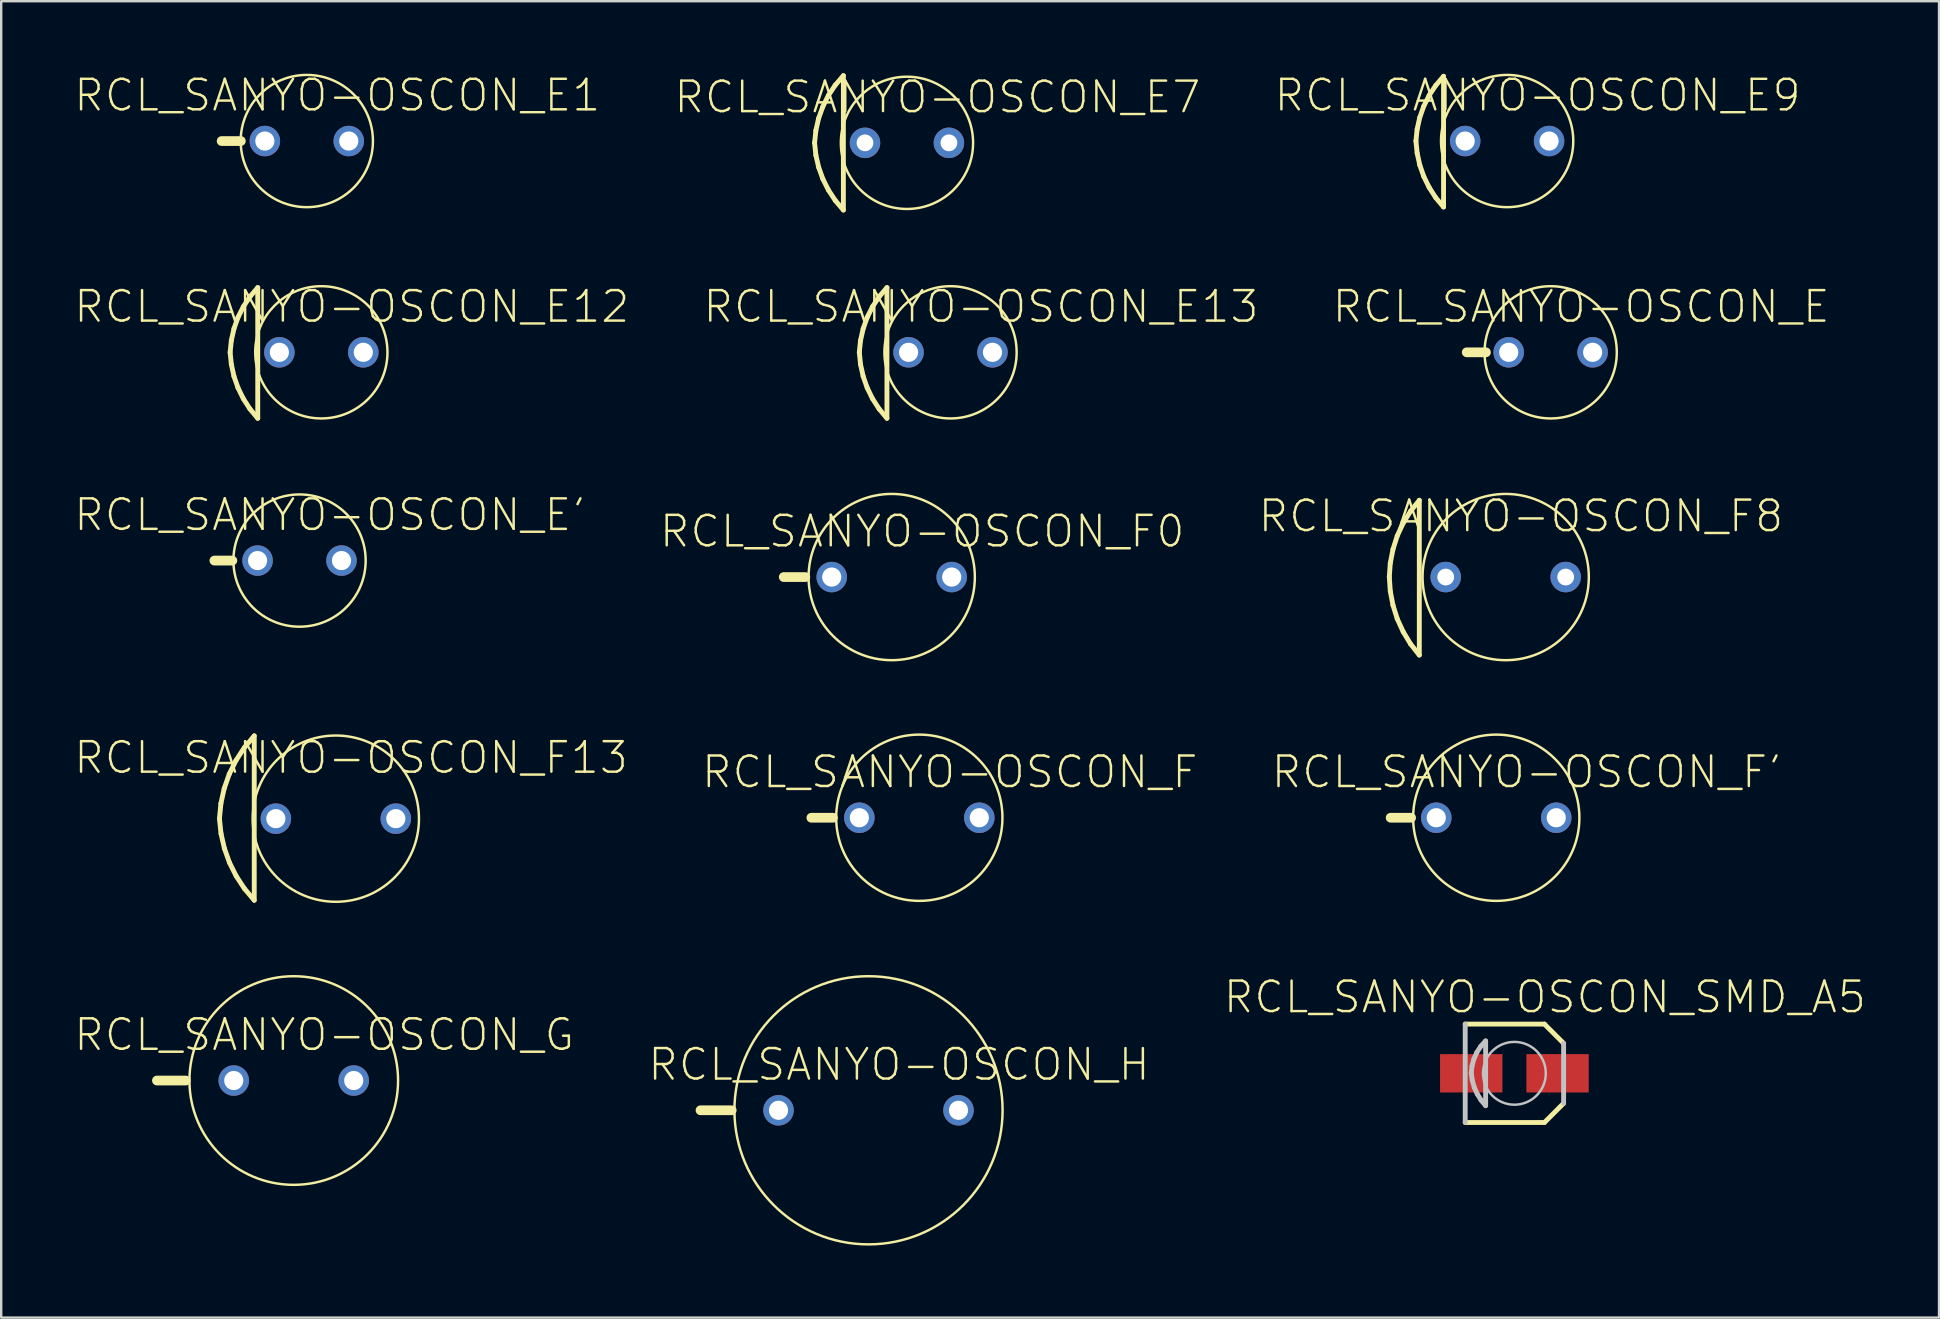
<source format=kicad_pcb>
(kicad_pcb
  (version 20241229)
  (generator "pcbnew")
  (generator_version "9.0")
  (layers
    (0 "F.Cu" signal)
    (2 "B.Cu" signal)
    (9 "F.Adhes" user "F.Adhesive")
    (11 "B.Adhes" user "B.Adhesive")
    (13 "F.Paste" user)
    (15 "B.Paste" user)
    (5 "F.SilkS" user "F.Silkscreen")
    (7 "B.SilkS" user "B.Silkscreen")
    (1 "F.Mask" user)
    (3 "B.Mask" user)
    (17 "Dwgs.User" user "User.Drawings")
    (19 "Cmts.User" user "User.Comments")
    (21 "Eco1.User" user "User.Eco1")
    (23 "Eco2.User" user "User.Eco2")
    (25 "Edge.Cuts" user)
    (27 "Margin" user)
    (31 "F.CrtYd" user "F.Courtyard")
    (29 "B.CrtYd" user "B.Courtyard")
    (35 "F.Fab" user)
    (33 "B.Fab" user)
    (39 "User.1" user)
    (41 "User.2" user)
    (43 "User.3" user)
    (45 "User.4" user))
  (footprint "RCL_SANYO-OSCON_E'"
    (layer "F.Cu")
    (at 9.429 20.304)
    (property "Reference" "RCL_SANYO-OSCON_E'" (at 1.27 -1.905 0) (layer "F.SilkS") (effects (font (size 1.27 1.27) (thickness 0.102))))
    (attr exclude_from_pos_files exclude_from_bom)
    (fp_line (start -3.548 0) (end -2.799 0) (stroke (width 0.406) (type solid)) (layer "F.SilkS"))
    (fp_circle (center 0 0) (end -1.948 1.948) (stroke (width 0.102) (type solid)) (fill no) (layer "F.SilkS"))
    (pad "+" thru_hole circle (at 1.748 0) (size 1.27 1.27) (drill 0.798) (layers "*.Cu" "*.Paste" "*.Mask"))
    (pad "-" thru_hole circle (at -1.748 0) (size 1.27 1.27) (drill 0.798) (layers "*.Cu" "*.Paste" "*.Mask")))
  (footprint "RCL_SANYO-OSCON_E12"
    (layer "F.Cu")
    (at 10.337 11.628)
    (property "Reference" "RCL_SANYO-OSCON_E12" (at 1.27 -1.905 0) (layer "F.SilkS") (effects (font (size 1.27 1.27) (thickness 0.102))))
    (attr exclude_from_pos_files exclude_from_bom)
    (fp_line (start -3.8 0) (end -3.749 -0.495) (stroke (width 0.203) (type solid)) (layer "F.SilkS"))
    (fp_line (start -3.749 -0.495) (end -3.64 -0.983) (stroke (width 0.203) (type solid)) (layer "F.SilkS"))
    (fp_line (start -3.749 0.503) (end -3.8 0) (stroke (width 0.203) (type solid)) (layer "F.SilkS"))
    (fp_line (start -3.64 -0.983) (end -3.472 -1.455) (stroke (width 0.203) (type solid)) (layer "F.SilkS"))
    (fp_line (start -3.64 0.998) (end -3.749 0.503) (stroke (width 0.203) (type solid)) (layer "F.SilkS"))
    (fp_line (start -3.472 -1.455) (end -3.249 -1.902) (stroke (width 0.203) (type solid)) (layer "F.SilkS"))
    (fp_line (start -3.472 1.478) (end -3.64 0.998) (stroke (width 0.203) (type solid)) (layer "F.SilkS"))
    (fp_line (start -3.249 -1.902) (end -2.972 -2.319) (stroke (width 0.203) (type solid)) (layer "F.SilkS"))
    (fp_line (start -3.249 1.933) (end -3.472 1.478) (stroke (width 0.203) (type solid)) (layer "F.SilkS"))
    (fp_line (start -2.974 2.36) (end -3.249 1.933) (stroke (width 0.203) (type solid)) (layer "F.SilkS"))
    (fp_line (start -2.972 -2.319) (end -2.649 -2.697) (stroke (width 0.203) (type solid)) (layer "F.SilkS"))
    (fp_line (start -2.649 -2.697) (end -2.649 2.748) (stroke (width 0.203) (type solid)) (layer "F.SilkS"))
    (fp_line (start -2.649 2.748) (end -2.974 2.36) (stroke (width 0.203) (type solid)) (layer "F.SilkS"))
    (fp_circle (center 0 0) (end -1.948 1.948) (stroke (width 0.102) (type solid)) (fill no) (layer "F.SilkS"))
    (pad "+" thru_hole circle (at 1.748 0) (size 1.27 1.27) (drill 0.798) (layers "*.Cu" "*.Paste" "*.Mask"))
    (pad "-" thru_hole circle (at -1.748 0) (size 1.27 1.27) (drill 0.798) (layers "*.Cu" "*.Paste" "*.Mask")))
  (footprint "RCL_SANYO-OSCON_E"
    (layer "F.Cu")
    (at 61.553 11.628)
    (property "Reference" "RCL_SANYO-OSCON_E" (at 1.27 -1.905 0) (layer "F.SilkS") (effects (font (size 1.27 1.27) (thickness 0.102))))
    (attr exclude_from_pos_files exclude_from_bom)
    (fp_line (start -3.498 0) (end -2.697 0) (stroke (width 0.406) (type solid)) (layer "F.SilkS"))
    (fp_circle (center 0 0) (end -1.948 1.948) (stroke (width 0.102) (type solid)) (fill no) (layer "F.SilkS"))
    (pad "+" thru_hole circle (at 1.748 0) (size 1.27 1.27) (drill 0.798) (layers "*.Cu" "*.Paste" "*.Mask"))
    (pad "-" thru_hole circle (at -1.748 0) (size 1.27 1.27) (drill 0.798) (layers "*.Cu" "*.Paste" "*.Mask")))
  (footprint "RCL_SANYO-OSCON_F"
    (layer "F.Cu")
    (at 35.25 31.018)
    (property "Reference" "RCL_SANYO-OSCON_F" (at 1.27 -1.905 0) (layer "F.SilkS") (effects (font (size 1.27 1.27) (thickness 0.102))))
    (attr exclude_from_pos_files exclude_from_bom)
    (fp_line (start -4.498 0) (end -3.599 0) (stroke (width 0.406) (type solid)) (layer "F.SilkS"))
    (fp_circle (center 0 0) (end -2.449 2.449) (stroke (width 0.102) (type solid)) (fill no) (layer "F.SilkS"))
    (pad "+" thru_hole circle (at 2.499 0) (size 1.27 1.27) (drill 0.798) (layers "*.Cu" "*.Paste" "*.Mask"))
    (pad "-" thru_hole circle (at -2.499 0) (size 1.27 1.27) (drill 0.798) (layers "*.Cu" "*.Paste" "*.Mask")))
  (footprint "RCL_SANYO-OSCON_E1"
    (layer "F.Cu")
    (at 9.732 2.826)
    (property "Reference" "RCL_SANYO-OSCON_E1" (at 1.27 -1.905 0) (layer "F.SilkS") (effects (font (size 1.27 1.27) (thickness 0.102))))
    (attr exclude_from_pos_files exclude_from_bom)
    (fp_line (start -3.548 0) (end -2.748 0) (stroke (width 0.406) (type solid)) (layer "F.SilkS"))
    (fp_circle (center 0 0) (end -1.948 1.948) (stroke (width 0.102) (type solid)) (fill no) (layer "F.SilkS"))
    (pad "+" thru_hole circle (at 1.748 0) (size 1.27 1.27) (drill 0.798) (layers "*.Cu" "*.Paste" "*.Mask"))
    (pad "-" thru_hole circle (at -1.748 0) (size 1.27 1.27) (drill 0.798) (layers "*.Cu" "*.Paste" "*.Mask")))
  (footprint "RCL_SANYO-OSCON_E9"
    (layer "F.Cu")
    (at 59.739 2.826)
    (property "Reference" "RCL_SANYO-OSCON_E9" (at 1.27 -1.905 0) (layer "F.SilkS") (effects (font (size 1.27 1.27) (thickness 0.102))))
    (attr exclude_from_pos_files exclude_from_bom)
    (fp_line (start -3.8 0) (end -3.749 -0.495) (stroke (width 0.203) (type solid)) (layer "F.SilkS"))
    (fp_line (start -3.749 -0.495) (end -3.64 -0.983) (stroke (width 0.203) (type solid)) (layer "F.SilkS"))
    (fp_line (start -3.749 0.503) (end -3.8 0) (stroke (width 0.203) (type solid)) (layer "F.SilkS"))
    (fp_line (start -3.64 -0.983) (end -3.472 -1.455) (stroke (width 0.203) (type solid)) (layer "F.SilkS"))
    (fp_line (start -3.64 0.998) (end -3.749 0.503) (stroke (width 0.203) (type solid)) (layer "F.SilkS"))
    (fp_line (start -3.472 -1.455) (end -3.249 -1.902) (stroke (width 0.203) (type solid)) (layer "F.SilkS"))
    (fp_line (start -3.472 1.478) (end -3.64 0.998) (stroke (width 0.203) (type solid)) (layer "F.SilkS"))
    (fp_line (start -3.249 -1.902) (end -2.972 -2.319) (stroke (width 0.203) (type solid)) (layer "F.SilkS"))
    (fp_line (start -3.249 1.933) (end -3.472 1.478) (stroke (width 0.203) (type solid)) (layer "F.SilkS"))
    (fp_line (start -2.974 2.36) (end -3.249 1.933) (stroke (width 0.203) (type solid)) (layer "F.SilkS"))
    (fp_line (start -2.972 -2.319) (end -2.649 -2.697) (stroke (width 0.203) (type solid)) (layer "F.SilkS"))
    (fp_line (start -2.649 -2.697) (end -2.649 2.748) (stroke (width 0.203) (type solid)) (layer "F.SilkS"))
    (fp_line (start -2.649 2.748) (end -2.974 2.36) (stroke (width 0.203) (type solid)) (layer "F.SilkS"))
    (fp_circle (center 0 0) (end -1.948 1.948) (stroke (width 0.102) (type solid)) (fill no) (layer "F.SilkS"))
    (pad "+" thru_hole circle (at 1.748 0) (size 1.27 1.27) (drill 0.798) (layers "*.Cu" "*.Paste" "*.Mask"))
    (pad "-" thru_hole circle (at -1.748 0) (size 1.27 1.27) (drill 0.798) (layers "*.Cu" "*.Paste" "*.Mask")))
  (footprint "RCL_SANYO-OSCON_F'"
    (layer "F.Cu")
    (at 59.286 31.018)
    (property "Reference" "RCL_SANYO-OSCON_F'" (at 1.27 -1.905 0) (layer "F.SilkS") (effects (font (size 1.27 1.27) (thickness 0.102))))
    (attr exclude_from_pos_files exclude_from_bom)
    (fp_line (start -3.548 0) (end -4.399 0) (stroke (width 0.406) (type solid)) (layer "F.SilkS"))
    (fp_circle (center 0 0) (end -2.449 2.449) (stroke (width 0.102) (type solid)) (fill no) (layer "F.SilkS"))
    (pad "+" thru_hole circle (at 2.499 0) (size 1.27 1.27) (drill 0.798) (layers "*.Cu" "*.Paste" "*.Mask"))
    (pad "-" thru_hole circle (at -2.499 0) (size 1.27 1.27) (drill 0.798) (layers "*.Cu" "*.Paste" "*.Mask")))
  (footprint "RCL_SANYO-OSCON_F0"
    (layer "F.Cu")
    (at 34.1 20.991)
    (property "Reference" "RCL_SANYO-OSCON_F0" (at 1.27 -1.905 0) (layer "F.SilkS") (effects (font (size 1.27 1.27) (thickness 0.102))))
    (attr exclude_from_pos_files exclude_from_bom)
    (fp_line (start -4.498 0) (end -3.599 0) (stroke (width 0.406) (type solid)) (layer "F.SilkS"))
    (fp_circle (center 0 0) (end -2.449 2.449) (stroke (width 0.102) (type solid)) (fill no) (layer "F.SilkS"))
    (pad "+" thru_hole circle (at 2.499 0) (size 1.27 1.27) (drill 0.798) (layers "*.Cu" "*.Paste" "*.Mask"))
    (pad "-" thru_hole circle (at -2.499 0) (size 1.27 1.27) (drill 0.798) (layers "*.Cu" "*.Paste" "*.Mask")))
  (footprint "RCL_SANYO-OSCON_H"
    (layer "F.Cu")
    (at 33.133 43.206)
    (property "Reference" "RCL_SANYO-OSCON_H" (at 1.27 -1.905 0) (layer "F.SilkS") (effects (font (size 1.27 1.27) (thickness 0.102))))
    (attr exclude_from_pos_files exclude_from_bom)
    (fp_line (start -6.998 0) (end -5.7 0) (stroke (width 0.406) (type solid)) (layer "F.SilkS"))
    (fp_circle (center 0 0) (end -3.95 3.95) (stroke (width 0.102) (type solid)) (fill no) (layer "F.SilkS"))
    (pad "+" thru_hole circle (at 3.749 0) (size 1.27 1.27) (drill 0.798) (layers "*.Cu" "*.Paste" "*.Mask"))
    (pad "-" thru_hole circle (at -3.749 0) (size 1.27 1.27) (drill 0.798) (layers "*.Cu" "*.Paste" "*.Mask")))
  (footprint "RCL_SANYO-OSCON_E7"
    (layer "F.Cu")
    (at 34.735 2.901)
    (property "Reference" "RCL_SANYO-OSCON_E7" (at 1.27 -1.905 0) (layer "F.SilkS") (effects (font (size 1.27 1.27) (thickness 0.102))))
    (attr exclude_from_pos_files exclude_from_bom)
    (fp_line (start -3.848 0) (end -3.795 -0.516) (stroke (width 0.203) (type solid)) (layer "F.SilkS"))
    (fp_line (start -3.795 -0.516) (end -3.68 -1.021) (stroke (width 0.203) (type solid)) (layer "F.SilkS"))
    (fp_line (start -3.795 0.513) (end -3.848 0) (stroke (width 0.203) (type solid)) (layer "F.SilkS"))
    (fp_line (start -3.68 -1.021) (end -3.505 -1.509) (stroke (width 0.203) (type solid)) (layer "F.SilkS"))
    (fp_line (start -3.678 1.019) (end -3.795 0.513) (stroke (width 0.203) (type solid)) (layer "F.SilkS"))
    (fp_line (start -3.505 -1.509) (end -3.274 -1.974) (stroke (width 0.203) (type solid)) (layer "F.SilkS"))
    (fp_line (start -3.503 1.506) (end -3.678 1.019) (stroke (width 0.203) (type solid)) (layer "F.SilkS"))
    (fp_line (start -3.274 -1.974) (end -2.987 -2.405) (stroke (width 0.203) (type solid)) (layer "F.SilkS"))
    (fp_line (start -3.269 1.971) (end -3.503 1.506) (stroke (width 0.203) (type solid)) (layer "F.SilkS"))
    (fp_line (start -2.987 -2.405) (end -2.649 -2.799) (stroke (width 0.203) (type solid)) (layer "F.SilkS"))
    (fp_line (start -2.985 2.403) (end -3.269 1.971) (stroke (width 0.203) (type solid)) (layer "F.SilkS"))
    (fp_line (start -2.649 -2.799) (end -2.649 2.799) (stroke (width 0.203) (type solid)) (layer "F.SilkS"))
    (fp_line (start -2.649 2.799) (end -2.985 2.403) (stroke (width 0.203) (type solid)) (layer "F.SilkS"))
    (fp_circle (center 0 0) (end -1.948 1.948) (stroke (width 0.102) (type solid)) (fill no) (layer "F.SilkS"))
    (pad "+" thru_hole circle (at 1.748 0) (size 1.27 1.27) (drill 0.699) (layers "*.Cu" "*.Paste" "*.Mask"))
    (pad "-" thru_hole circle (at -1.748 0) (size 1.27 1.27) (drill 0.699) (layers "*.Cu" "*.Paste" "*.Mask")))
  (footprint "RCL_SANYO-OSCON_F13"
    (layer "F.Cu")
    (at 10.941 31.056)
    (property "Reference" "RCL_SANYO-OSCON_F13" (at 0.635 -2.54 0) (layer "F.SilkS") (effects (font (size 1.27 1.27) (thickness 0.102))))
    (attr exclude_from_pos_files exclude_from_bom)
    (fp_line (start -4.849 0) (end -4.788 -0.632) (stroke (width 0.203) (type solid)) (layer "F.SilkS"))
    (fp_line (start -4.788 -0.632) (end -4.651 -1.255) (stroke (width 0.203) (type solid)) (layer "F.SilkS"))
    (fp_line (start -4.783 0.625) (end -4.849 0) (stroke (width 0.203) (type solid)) (layer "F.SilkS"))
    (fp_line (start -4.651 -1.255) (end -4.44 -1.857) (stroke (width 0.203) (type solid)) (layer "F.SilkS"))
    (fp_line (start -4.643 1.237) (end -4.783 0.625) (stroke (width 0.203) (type solid)) (layer "F.SilkS"))
    (fp_line (start -4.44 -1.857) (end -4.158 -2.428) (stroke (width 0.203) (type solid)) (layer "F.SilkS"))
    (fp_line (start -4.432 1.829) (end -4.643 1.237) (stroke (width 0.203) (type solid)) (layer "F.SilkS"))
    (fp_line (start -4.158 -2.428) (end -3.81 -2.962) (stroke (width 0.203) (type solid)) (layer "F.SilkS"))
    (fp_line (start -4.15 2.393) (end -4.432 1.829) (stroke (width 0.203) (type solid)) (layer "F.SilkS"))
    (fp_line (start -3.81 -2.962) (end -3.399 -3.449) (stroke (width 0.203) (type solid)) (layer "F.SilkS"))
    (fp_line (start -3.805 2.918) (end -4.15 2.393) (stroke (width 0.203) (type solid)) (layer "F.SilkS"))
    (fp_line (start -3.399 -3.449) (end -3.399 3.399) (stroke (width 0.203) (type solid)) (layer "F.SilkS"))
    (fp_line (start -3.399 3.399) (end -3.805 2.918) (stroke (width 0.203) (type solid)) (layer "F.SilkS"))
    (fp_circle (center 0 0) (end -2.449 2.449) (stroke (width 0.102) (type solid)) (fill no) (layer "F.SilkS"))
    (pad "+" thru_hole circle (at 2.499 0) (size 1.27 1.27) (drill 0.798) (layers "*.Cu" "*.Paste" "*.Mask"))
    (pad "-" thru_hole circle (at -2.499 0) (size 1.27 1.27) (drill 0.798) (layers "*.Cu" "*.Paste" "*.Mask")))
  (footprint "RCL_SANYO-OSCON_F8"
    (layer "F.Cu")
    (at 59.679 20.991)
    (property "Reference" "RCL_SANYO-OSCON_F8" (at 0.635 -2.54 0) (layer "F.SilkS") (effects (font (size 1.27 1.27) (thickness 0.102))))
    (attr exclude_from_pos_files exclude_from_bom)
    (fp_line (start -4.849 0) (end -4.808 -0.582) (stroke (width 0.203) (type solid)) (layer "F.SilkS"))
    (fp_line (start -4.808 -0.582) (end -4.696 -1.156) (stroke (width 0.203) (type solid)) (layer "F.SilkS"))
    (fp_line (start -4.808 0.589) (end -4.849 0) (stroke (width 0.203) (type solid)) (layer "F.SilkS"))
    (fp_line (start -4.696 -1.156) (end -4.519 -1.714) (stroke (width 0.203) (type solid)) (layer "F.SilkS"))
    (fp_line (start -4.696 1.171) (end -4.808 0.589) (stroke (width 0.203) (type solid)) (layer "F.SilkS"))
    (fp_line (start -4.519 -1.714) (end -4.272 -2.245) (stroke (width 0.203) (type solid)) (layer "F.SilkS"))
    (fp_line (start -4.519 1.737) (end -4.696 1.171) (stroke (width 0.203) (type solid)) (layer "F.SilkS"))
    (fp_line (start -4.272 -2.245) (end -3.965 -2.743) (stroke (width 0.203) (type solid)) (layer "F.SilkS"))
    (fp_line (start -4.272 2.276) (end -4.519 1.737) (stroke (width 0.203) (type solid)) (layer "F.SilkS"))
    (fp_line (start -3.965 -2.743) (end -3.599 -3.198) (stroke (width 0.203) (type solid)) (layer "F.SilkS"))
    (fp_line (start -3.965 2.784) (end -4.272 2.276) (stroke (width 0.203) (type solid)) (layer "F.SilkS"))
    (fp_line (start -3.599 -3.198) (end -3.599 3.249) (stroke (width 0.203) (type solid)) (layer "F.SilkS"))
    (fp_line (start -3.599 3.249) (end -3.965 2.784) (stroke (width 0.203) (type solid)) (layer "F.SilkS"))
    (fp_circle (center 0 0) (end -2.449 2.449) (stroke (width 0.102) (type solid)) (fill no) (layer "F.SilkS"))
    (pad "+" thru_hole circle (at 2.499 0) (size 1.27 1.27) (drill 0.699) (layers "*.Cu" "*.Paste" "*.Mask"))
    (pad "-" thru_hole circle (at -2.499 0) (size 1.27 1.27) (drill 0.699) (layers "*.Cu" "*.Paste" "*.Mask")))
  (footprint "RCL_SANYO-OSCON_E13"
    (layer "F.Cu")
    (at 36.55 11.628)
    (property "Reference" "RCL_SANYO-OSCON_E13" (at 1.27 -1.905 0) (layer "F.SilkS") (effects (font (size 1.27 1.27) (thickness 0.102))))
    (attr exclude_from_pos_files exclude_from_bom)
    (fp_line (start -3.8 0) (end -3.749 -0.495) (stroke (width 0.203) (type solid)) (layer "F.SilkS"))
    (fp_line (start -3.749 -0.495) (end -3.64 -0.983) (stroke (width 0.203) (type solid)) (layer "F.SilkS"))
    (fp_line (start -3.749 0.503) (end -3.8 0) (stroke (width 0.203) (type solid)) (layer "F.SilkS"))
    (fp_line (start -3.64 -0.983) (end -3.472 -1.455) (stroke (width 0.203) (type solid)) (layer "F.SilkS"))
    (fp_line (start -3.64 0.998) (end -3.749 0.503) (stroke (width 0.203) (type solid)) (layer "F.SilkS"))
    (fp_line (start -3.472 -1.455) (end -3.249 -1.902) (stroke (width 0.203) (type solid)) (layer "F.SilkS"))
    (fp_line (start -3.472 1.478) (end -3.64 0.998) (stroke (width 0.203) (type solid)) (layer "F.SilkS"))
    (fp_line (start -3.249 -1.902) (end -2.972 -2.319) (stroke (width 0.203) (type solid)) (layer "F.SilkS"))
    (fp_line (start -3.249 1.933) (end -3.472 1.478) (stroke (width 0.203) (type solid)) (layer "F.SilkS"))
    (fp_line (start -2.974 2.36) (end -3.249 1.933) (stroke (width 0.203) (type solid)) (layer "F.SilkS"))
    (fp_line (start -2.972 -2.319) (end -2.649 -2.697) (stroke (width 0.203) (type solid)) (layer "F.SilkS"))
    (fp_line (start -2.649 -2.697) (end -2.649 2.748) (stroke (width 0.203) (type solid)) (layer "F.SilkS"))
    (fp_line (start -2.649 2.748) (end -2.974 2.36) (stroke (width 0.203) (type solid)) (layer "F.SilkS"))
    (fp_circle (center 0 0) (end -1.948 1.948) (stroke (width 0.102) (type solid)) (fill no) (layer "F.SilkS"))
    (pad "+" thru_hole circle (at 1.748 0) (size 1.27 1.27) (drill 0.798) (layers "*.Cu" "*.Paste" "*.Mask"))
    (pad "-" thru_hole circle (at -1.748 0) (size 1.27 1.27) (drill 0.798) (layers "*.Cu" "*.Paste" "*.Mask")))
  (footprint "RCL_SANYO-OSCON_G"
    (layer "F.Cu")
    (at 9.188 41.966)
    (property "Reference" "RCL_SANYO-OSCON_G" (at 1.27 -1.905 0) (layer "F.SilkS") (effects (font (size 1.27 1.27) (thickness 0.102))))
    (attr exclude_from_pos_files exclude_from_bom)
    (fp_line (start -4.498 0) (end -5.7 0) (stroke (width 0.406) (type solid)) (layer "F.SilkS"))
    (fp_circle (center 0 0) (end -3.073 3.073) (stroke (width 0.102) (type solid)) (fill no) (layer "F.SilkS"))
    (pad "+" thru_hole circle (at 2.499 0) (size 1.27 1.27) (drill 0.798) (layers "*.Cu" "*.Paste" "*.Mask"))
    (pad "-" thru_hole circle (at -2.499 0) (size 1.27 1.27) (drill 0.798) (layers "*.Cu" "*.Paste" "*.Mask")))
  (footprint "RCL_SANYO-OSCON_SMD_A5"
    (layer "F.Cu")
    (at 60.042 41.665)
    (property "Reference" "RCL_SANYO-OSCON_SMD_A5" (at 1.27 -3.175 0) (layer "F.SilkS") (effects (font (size 1.27 1.27) (thickness 0.102))))
    (attr smd)
    (fp_line (start -2.05 -2.05) (end 1.25 -2.05) (stroke (width 0.203) (type solid)) (layer "F.SilkS"))
    (fp_line (start 1.25 -2.05) (end 2.05 -1.25) (stroke (width 0.203) (type solid)) (layer "F.SilkS"))
    (fp_line (start 1.25 2.05) (end -2.05 2.05) (stroke (width 0.203) (type solid)) (layer "F.SilkS"))
    (fp_line (start 2.05 1.25) (end 1.25 2.05) (stroke (width 0.203) (type solid)) (layer "F.SilkS"))
    (fp_line (start -2.05 2.05) (end -2.05 -2.05) (stroke (width 0.203) (type solid)) (layer "Dwgs.User"))
    (fp_line (start -1.798 0) (end -1.755 0.297) (stroke (width 0.203) (type solid)) (layer "Dwgs.User"))
    (fp_line (start -1.768 -0.3) (end -1.798 0) (stroke (width 0.203) (type solid)) (layer "Dwgs.User"))
    (fp_line (start -1.755 0.297) (end -1.671 0.587) (stroke (width 0.203) (type solid)) (layer "Dwgs.User"))
    (fp_line (start -1.689 -0.592) (end -1.768 -0.3) (stroke (width 0.203) (type solid)) (layer "Dwgs.User"))
    (fp_line (start -1.671 0.587) (end -1.549 0.861) (stroke (width 0.203) (type solid)) (layer "Dwgs.User"))
    (fp_line (start -1.565 -0.869) (end -1.689 -0.592) (stroke (width 0.203) (type solid)) (layer "Dwgs.User"))
    (fp_line (start -1.549 0.861) (end -1.389 1.118) (stroke (width 0.203) (type solid)) (layer "Dwgs.User"))
    (fp_line (start -1.402 -1.123) (end -1.565 -0.869) (stroke (width 0.203) (type solid)) (layer "Dwgs.User"))
    (fp_line (start -1.389 1.118) (end -1.199 1.349) (stroke (width 0.203) (type solid)) (layer "Dwgs.User"))
    (fp_line (start -1.199 -1.349) (end -1.402 -1.123) (stroke (width 0.203) (type solid)) (layer "Dwgs.User"))
    (fp_line (start -1.199 1.349) (end -1.199 -1.349) (stroke (width 0.203) (type solid)) (layer "Dwgs.User"))
    (fp_line (start 2.05 -1.25) (end 2.05 1.25) (stroke (width 0.203) (type solid)) (layer "Dwgs.User"))
    (fp_circle (center 0 0) (end -0.925 0.925) (stroke (width 0.102) (type solid)) (fill no) (layer "Dwgs.User"))
    (pad "+" smd rect (at 1.798 0) (size 2.598 1.598) (layers "F.Cu" "F.Mask" "F.Paste"))
    (pad "-" smd rect (at -1.798 0) (size 2.598 1.598) (layers "F.Cu" "F.Mask" "F.Paste")))
  (gr_rect
    (start -3 -3)
    (end 77.732 51.842)
    (stroke (width 0.1) (type default))
    (fill no)
    (layer "Edge.Cuts")))
</source>
